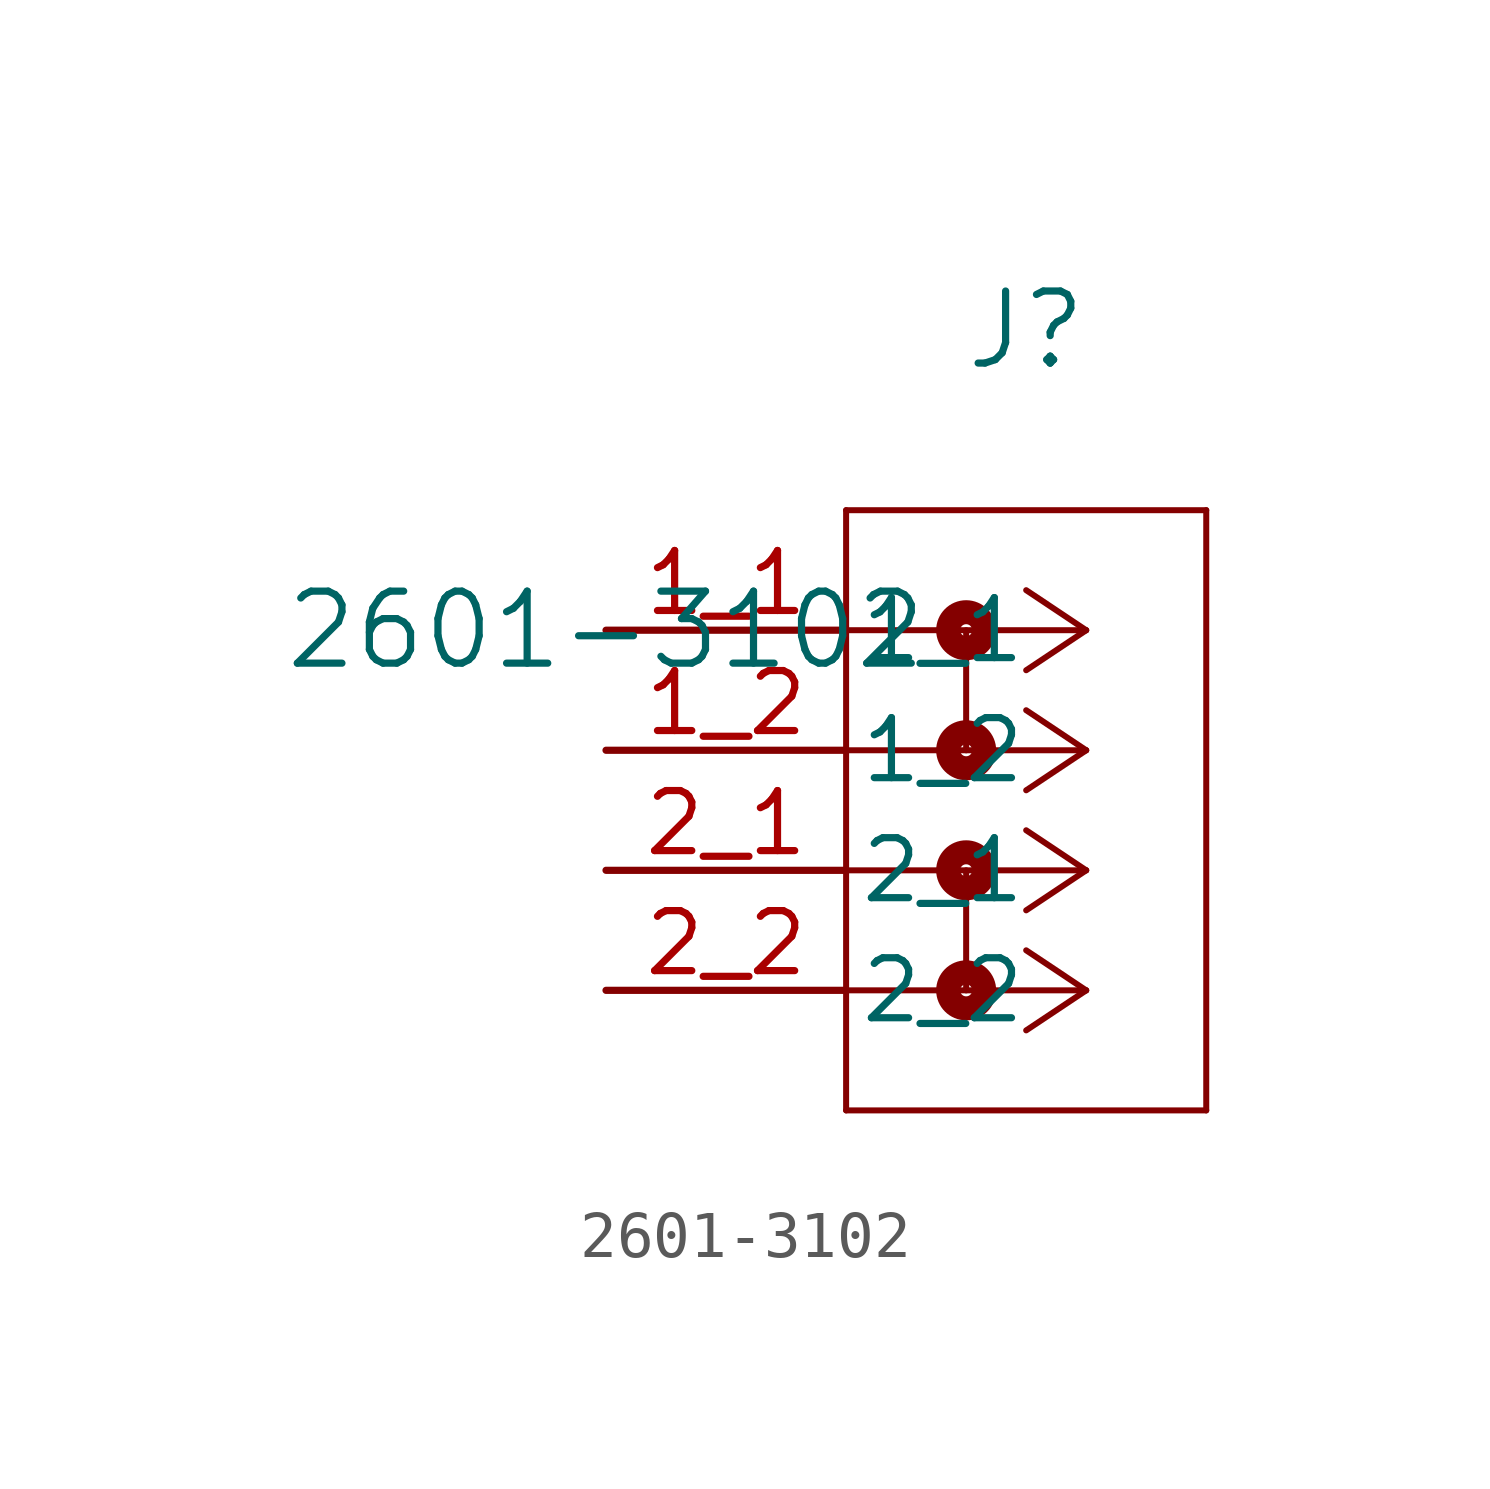
<source format=kicad_sym>
(kicad_symbol_lib
  (version 20211014)
  (generator kicad_symbol_editor)
  (symbol "2601-3102"
    (pin_names
      (offset 0.254))
    (property "Reference" "J"
      (at 8.89 6.35 0)
      (effects (font (size 1.524 1.524))))
    (property "Value" "2601-3102"
      (at 0 0 0)
      (effects (font (size 1.524 1.524))))
    (symbol "2601-3102_0_1"
      (polyline (pts (xy 10.16 0) (xy 5.08 0)) (stroke (width 0.127) (type default) (color 0 0 0 0)) (fill (type none)))
      (polyline (pts (xy 10.16 -2.54) (xy 5.08 -2.54)) (stroke (width 0.127) (type default) (color 0 0 0 0)) (fill (type none)))
      (polyline (pts (xy 10.16 -5.08) (xy 5.08 -5.08)) (stroke (width 0.127) (type default) (color 0 0 0 0)) (fill (type none)))
      (polyline (pts (xy 10.16 -7.62) (xy 5.08 -7.62)) (stroke (width 0.127) (type default) (color 0 0 0 0)) (fill (type none)))
      (polyline (pts (xy 10.16 0) (xy 8.89 0.847)) (stroke (width 0.127) (type default) (color 0 0 0 0)) (fill (type none)))
      (polyline (pts (xy 10.16 -2.54) (xy 8.89 -1.693)) (stroke (width 0.127) (type default) (color 0 0 0 0)) (fill (type none)))
      (polyline (pts (xy 10.16 -5.08) (xy 8.89 -4.233)) (stroke (width 0.127) (type default) (color 0 0 0 0)) (fill (type none)))
      (polyline (pts (xy 10.16 -7.62) (xy 8.89 -6.773)) (stroke (width 0.127) (type default) (color 0 0 0 0)) (fill (type none)))
      (polyline (pts (xy 10.16 0) (xy 8.89 -0.847)) (stroke (width 0.127) (type default) (color 0 0 0 0)) (fill (type none)))
      (polyline (pts (xy 10.16 -2.54) (xy 8.89 -3.387)) (stroke (width 0.127) (type default) (color 0 0 0 0)) (fill (type none)))
      (polyline (pts (xy 10.16 -5.08) (xy 8.89 -5.927)) (stroke (width 0.127) (type default) (color 0 0 0 0)) (fill (type none)))
      (polyline (pts (xy 10.16 -7.62) (xy 8.89 -8.467)) (stroke (width 0.127) (type default) (color 0 0 0 0)) (fill (type none)))
      (polyline (pts (xy 5.08 2.54) (xy 5.08 -10.16)) (stroke (width 0.127) (type default) (color 0 0 0 0)) (fill (type none)))
      (polyline (pts (xy 5.08 -10.16) (xy 12.7 -10.16)) (stroke (width 0.127) (type default) (color 0 0 0 0)) (fill (type none)))
      (polyline (pts (xy 12.7 -10.16) (xy 12.7 2.54)) (stroke (width 0.127) (type default) (color 0 0 0 0)) (fill (type none)))
      (polyline (pts (xy 12.7 2.54) (xy 5.08 2.54)) (stroke (width 0.127) (type default) (color 0 0 0 0)) (fill (type none)))
      (circle (center 7.62 0) (radius 0.127) (stroke (width 0.508) (type default) (color 0 0 0 0)) (fill (type none)))
      (polyline (pts (xy 7.62 0) (xy 7.62 -2.54)) (stroke (width 0.127) (type default) (color 0 0 0 0)) (fill (type none)))
      (circle (center 7.62 -2.54) (radius 0.127) (stroke (width 0.508) (type default) (color 0 0 0 0)) (fill (type none)))
      (circle (center 7.62 -5.08) (radius 0.127) (stroke (width 0.508) (type default) (color 0 0 0 0)) (fill (type none)))
      (polyline (pts (xy 7.62 -5.08) (xy 7.62 -7.62)) (stroke (width 0.127) (type default) (color 0 0 0 0)) (fill (type none)))
      (circle (center 7.62 -7.62) (radius 0.127) (stroke (width 0.508) (type default) (color 0 0 0 0)) (fill (type none)))
      (pin unspecified line (at 0 0 0) (length 5.08) (name "1_1" (effects (font (size 1.27 1.27)))) (number "1_1" (effects (font (size 1.27 1.27)))))
      (pin unspecified line (at 0 -2.54 0) (length 5.08) (name "1_2" (effects (font (size 1.27 1.27)))) (number "1_2" (effects (font (size 1.27 1.27)))))
      (pin unspecified line (at 0 -5.08 0) (length 5.08) (name "2_1" (effects (font (size 1.27 1.27)))) (number "2_1" (effects (font (size 1.27 1.27)))))
      (pin unspecified line (at 0 -7.62 0) (length 5.08) (name "2_2" (effects (font (size 1.27 1.27)))) (number "2_2" (effects (font (size 1.27 1.27))))))))
</source>
